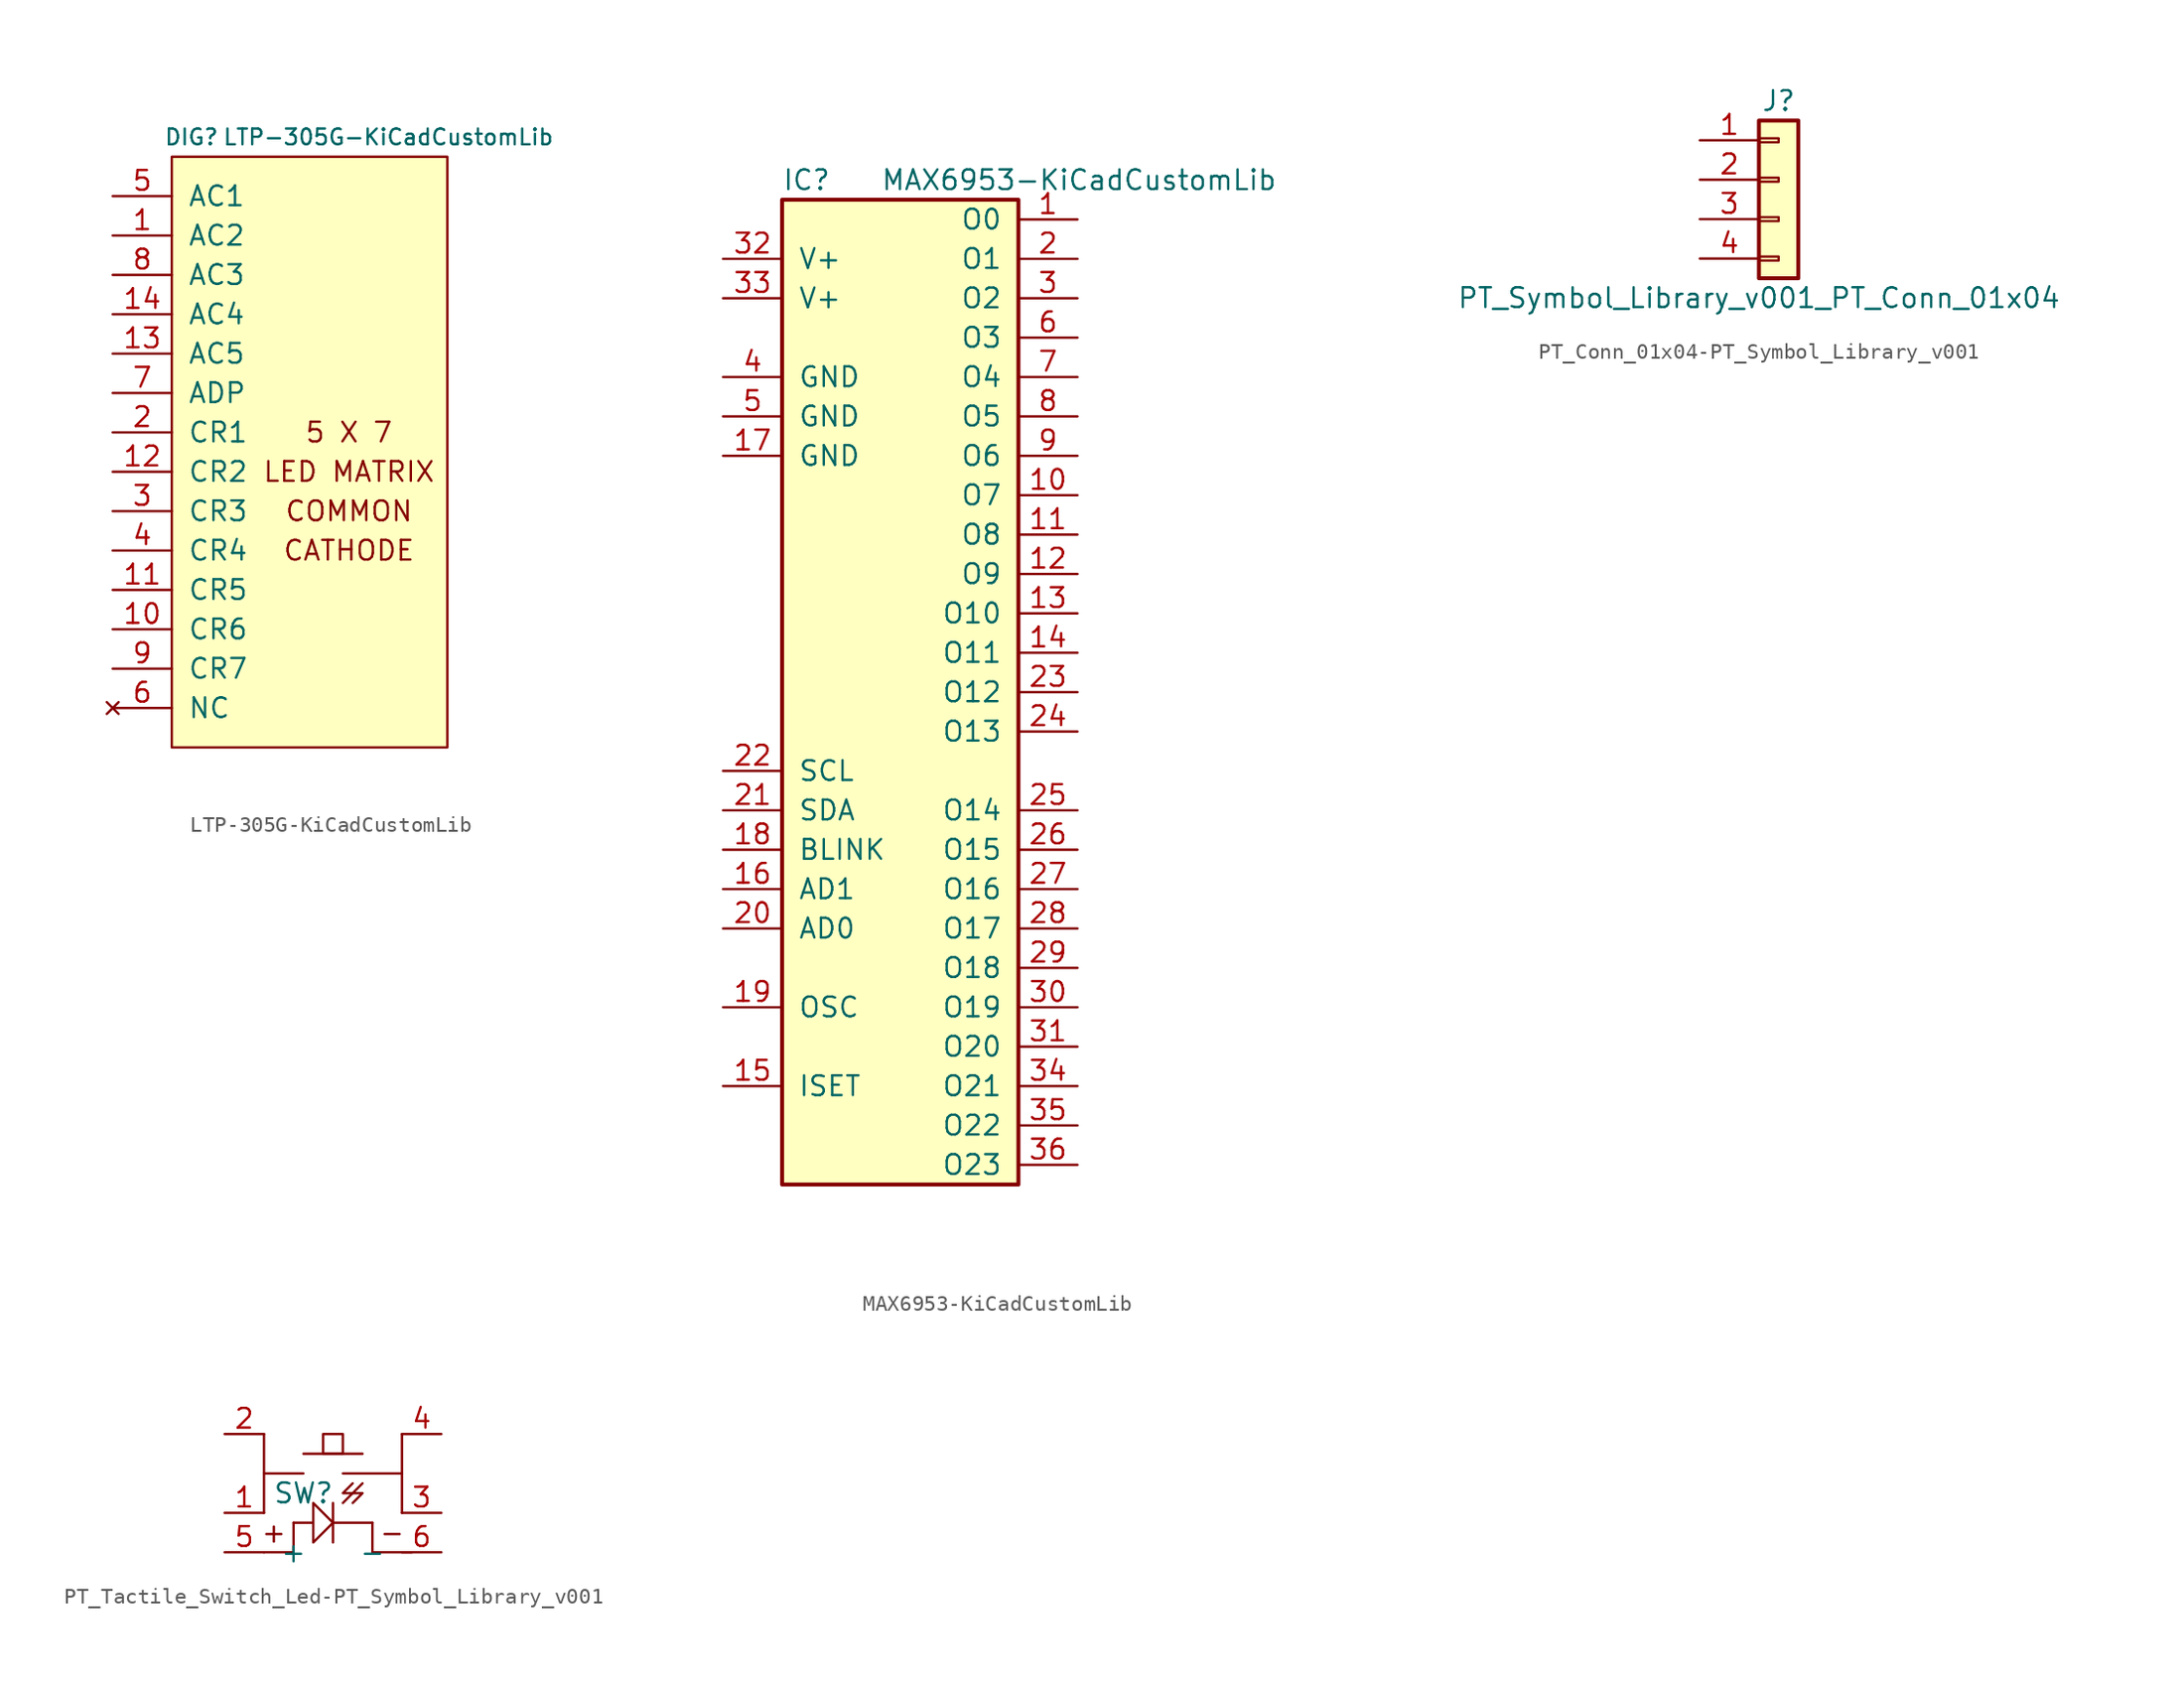
<source format=kicad_sym>
(kicad_symbol_lib
  (version 20231120)
  (generator "kicad_symbol_editor")
  (generator_version "8.0")
  (symbol "LTP-305G-KiCadCustomLib"
    (pin_names
      (offset 1.016))
    (property "Reference" "DIG"
      (at -7.62 22.86 0)
      (effects (font (size 1.016 1.016))))
    (property "Value" "LTP-305G-KiCadCustomLib"
      (at 5.08 22.86 0)
      (effects (font (size 1.016 1.016))))
    (symbol "LTP-305G-KiCadCustomLib_0_0"
      (rectangle (start -8.89 -16.51) (end 8.89 21.59) (stroke (width 0) (type solid)) (fill (type background)))
      (text "5 X 7" (at 2.54 3.81 0) (effects (font (size 1.27 1.27))))
      (text "CATHODE" (at 2.54 -3.81 0) (effects (font (size 1.27 1.27))))
      (text "COMMON" (at 2.54 -1.27 0) (effects (font (size 1.27 1.27))))
      (text "LED MATRIX" (at 2.54 1.27 0) (effects (font (size 1.27 1.27)))))
    (symbol "LTP-305G-KiCadCustomLib_0_1"
      (pin input line (at -12.7 16.51 0) (length 3.81) (name "AC2" (effects (font (size 1.27 1.27)))) (number "1" (effects (font (size 1.27 1.27)))))
      (pin input line (at -12.7 -8.89 0) (length 3.81) (name "CR6" (effects (font (size 1.27 1.27)))) (number "10" (effects (font (size 1.27 1.27)))))
      (pin input line (at -12.7 -6.35 0) (length 3.81) (name "CR5" (effects (font (size 1.27 1.27)))) (number "11" (effects (font (size 1.27 1.27)))))
      (pin input line (at -12.7 1.27 0) (length 3.81) (name "CR2" (effects (font (size 1.27 1.27)))) (number "12" (effects (font (size 1.27 1.27)))))
      (pin input line (at -12.7 8.89 0) (length 3.81) (name "AC5" (effects (font (size 1.27 1.27)))) (number "13" (effects (font (size 1.27 1.27)))))
      (pin input line (at -12.7 11.43 0) (length 3.81) (name "AC4" (effects (font (size 1.27 1.27)))) (number "14" (effects (font (size 1.27 1.27)))))
      (pin input line (at -12.7 3.81 0) (length 3.81) (name "CR1" (effects (font (size 1.27 1.27)))) (number "2" (effects (font (size 1.27 1.27)))))
      (pin input line (at -12.7 -1.27 0) (length 3.81) (name "CR3" (effects (font (size 1.27 1.27)))) (number "3" (effects (font (size 1.27 1.27)))))
      (pin input line (at -12.7 -3.81 0) (length 3.81) (name "CR4" (effects (font (size 1.27 1.27)))) (number "4" (effects (font (size 1.27 1.27)))))
      (pin input line (at -12.7 19.05 0) (length 3.81) (name "AC1" (effects (font (size 1.27 1.27)))) (number "5" (effects (font (size 1.27 1.27)))))
      (pin no_connect line (at -12.7 -13.97 0) (length 3.81) (name "NC" (effects (font (size 1.27 1.27)))) (number "6" (effects (font (size 1.27 1.27)))))
      (pin input line (at -12.7 6.35 0) (length 3.81) (name "ADP" (effects (font (size 1.27 1.27)))) (number "7" (effects (font (size 1.27 1.27)))))
      (pin input line (at -12.7 13.97 0) (length 3.81) (name "AC3" (effects (font (size 1.27 1.27)))) (number "8" (effects (font (size 1.27 1.27)))))
      (pin input line (at -12.7 -11.43 0) (length 3.81) (name "CR7" (effects (font (size 1.27 1.27)))) (number "9" (effects (font (size 1.27 1.27)))))))
  (symbol "MAX6953-KiCadCustomLib"
    (pin_names
      (offset 1.016))
    (property "Reference" "IC"
      (at -7.62 30.48 0)
      (effects (font (size 1.27 1.27)) (justify left)))
    (property "Value" "MAX6953-KiCadCustomLib"
      (at -1.27 30.48 0)
      (effects (font (size 1.27 1.27)) (justify left)))
    (symbol "MAX6953-KiCadCustomLib_0_1"
      (rectangle (start -7.62 29.21) (end 7.62 -34.29) (stroke (width 0.254) (type solid)) (fill (type background)))
      (pin output line (at 11.43 27.94 180) (length 3.81) (name "O0" (effects (font (size 1.27 1.27)))) (number "1" (effects (font (size 1.27 1.27)))))
      (pin output line (at 11.43 10.16 180) (length 3.81) (name "O7" (effects (font (size 1.27 1.27)))) (number "10" (effects (font (size 1.27 1.27)))))
      (pin output line (at 11.43 7.62 180) (length 3.81) (name "O8" (effects (font (size 1.27 1.27)))) (number "11" (effects (font (size 1.27 1.27)))))
      (pin output line (at 11.43 5.08 180) (length 3.81) (name "O9" (effects (font (size 1.27 1.27)))) (number "12" (effects (font (size 1.27 1.27)))))
      (pin output line (at 11.43 2.54 180) (length 3.81) (name "O10" (effects (font (size 1.27 1.27)))) (number "13" (effects (font (size 1.27 1.27)))))
      (pin output line (at 11.43 0 180) (length 3.81) (name "O11" (effects (font (size 1.27 1.27)))) (number "14" (effects (font (size 1.27 1.27)))))
      (pin passive line (at -11.43 -27.94 0) (length 3.81) (name "ISET" (effects (font (size 1.27 1.27)))) (number "15" (effects (font (size 1.27 1.27)))))
      (pin input line (at -11.43 -15.24 0) (length 3.81) (name "AD1" (effects (font (size 1.27 1.27)))) (number "16" (effects (font (size 1.27 1.27)))))
      (pin power_in line (at -11.43 12.7 0) (length 3.81) (name "GND" (effects (font (size 1.27 1.27)))) (number "17" (effects (font (size 1.27 1.27)))))
      (pin input line (at -11.43 -12.7 0) (length 3.81) (name "BLINK" (effects (font (size 1.27 1.27)))) (number "18" (effects (font (size 1.27 1.27)))))
      (pin input line (at -11.43 -22.86 0) (length 3.81) (name "OSC" (effects (font (size 1.27 1.27)))) (number "19" (effects (font (size 1.27 1.27)))))
      (pin output line (at 11.43 25.4 180) (length 3.81) (name "O1" (effects (font (size 1.27 1.27)))) (number "2" (effects (font (size 1.27 1.27)))))
      (pin input line (at -11.43 -17.78 0) (length 3.81) (name "AD0" (effects (font (size 1.27 1.27)))) (number "20" (effects (font (size 1.27 1.27)))))
      (pin bidirectional line (at -11.43 -10.16 0) (length 3.81) (name "SDA" (effects (font (size 1.27 1.27)))) (number "21" (effects (font (size 1.27 1.27)))))
      (pin input line (at -11.43 -7.62 0) (length 3.81) (name "SCL" (effects (font (size 1.27 1.27)))) (number "22" (effects (font (size 1.27 1.27)))))
      (pin output line (at 11.43 -2.54 180) (length 3.81) (name "O12" (effects (font (size 1.27 1.27)))) (number "23" (effects (font (size 1.27 1.27)))))
      (pin output line (at 11.43 -5.08 180) (length 3.81) (name "O13" (effects (font (size 1.27 1.27)))) (number "24" (effects (font (size 1.27 1.27)))))
      (pin output line (at 11.43 -10.16 180) (length 3.81) (name "O14" (effects (font (size 1.27 1.27)))) (number "25" (effects (font (size 1.27 1.27)))))
      (pin output line (at 11.43 -12.7 180) (length 3.81) (name "O15" (effects (font (size 1.27 1.27)))) (number "26" (effects (font (size 1.27 1.27)))))
      (pin output line (at 11.43 -15.24 180) (length 3.81) (name "O16" (effects (font (size 1.27 1.27)))) (number "27" (effects (font (size 1.27 1.27)))))
      (pin output line (at 11.43 -17.78 180) (length 3.81) (name "O17" (effects (font (size 1.27 1.27)))) (number "28" (effects (font (size 1.27 1.27)))))
      (pin output line (at 11.43 -20.32 180) (length 3.81) (name "O18" (effects (font (size 1.27 1.27)))) (number "29" (effects (font (size 1.27 1.27)))))
      (pin output line (at 11.43 22.86 180) (length 3.81) (name "O2" (effects (font (size 1.27 1.27)))) (number "3" (effects (font (size 1.27 1.27)))))
      (pin output line (at 11.43 -22.86 180) (length 3.81) (name "O19" (effects (font (size 1.27 1.27)))) (number "30" (effects (font (size 1.27 1.27)))))
      (pin output line (at 11.43 -25.4 180) (length 3.81) (name "O20" (effects (font (size 1.27 1.27)))) (number "31" (effects (font (size 1.27 1.27)))))
      (pin power_in line (at -11.43 25.4 0) (length 3.81) (name "V+" (effects (font (size 1.27 1.27)))) (number "32" (effects (font (size 1.27 1.27)))))
      (pin power_in line (at -11.43 22.86 0) (length 3.81) (name "V+" (effects (font (size 1.27 1.27)))) (number "33" (effects (font (size 1.27 1.27)))))
      (pin output line (at 11.43 -27.94 180) (length 3.81) (name "O21" (effects (font (size 1.27 1.27)))) (number "34" (effects (font (size 1.27 1.27)))))
      (pin output line (at 11.43 -30.48 180) (length 3.81) (name "O22" (effects (font (size 1.27 1.27)))) (number "35" (effects (font (size 1.27 1.27)))))
      (pin output line (at 11.43 -33.02 180) (length 3.81) (name "O23" (effects (font (size 1.27 1.27)))) (number "36" (effects (font (size 1.27 1.27)))))
      (pin power_in line (at -11.43 17.78 0) (length 3.81) (name "GND" (effects (font (size 1.27 1.27)))) (number "4" (effects (font (size 1.27 1.27)))))
      (pin power_in line (at -11.43 15.24 0) (length 3.81) (name "GND" (effects (font (size 1.27 1.27)))) (number "5" (effects (font (size 1.27 1.27)))))
      (pin output line (at 11.43 20.32 180) (length 3.81) (name "O3" (effects (font (size 1.27 1.27)))) (number "6" (effects (font (size 1.27 1.27)))))
      (pin output line (at 11.43 17.78 180) (length 3.81) (name "O4" (effects (font (size 1.27 1.27)))) (number "7" (effects (font (size 1.27 1.27)))))
      (pin output line (at 11.43 15.24 180) (length 3.81) (name "O5" (effects (font (size 1.27 1.27)))) (number "8" (effects (font (size 1.27 1.27)))))
      (pin output line (at 11.43 12.7 180) (length 3.81) (name "O6" (effects (font (size 1.27 1.27)))) (number "9" (effects (font (size 1.27 1.27)))))))
  (symbol "PT_Conn_01x04-PT_Symbol_Library_v001"
    (pin_names
      (offset 1.016) hide)
    (property "Reference" "J"
      (at 0 7.62 0)
      (effects (font (size 1.27 1.27))))
    (property "Value" "PT_Symbol_Library_v001_PT_Conn_01x04"
      (at -1.27 -5.08 0)
      (effects (font (size 1.27 1.27))))
    (symbol "PT_Conn_01x04-PT_Symbol_Library_v001_1_1"
      (rectangle (start -1.27 -2.413) (end 0 -2.667) (stroke (width 0.152) (type solid)) (fill (type none)))
      (rectangle (start -1.27 0.127) (end 0 -0.127) (stroke (width 0.152) (type solid)) (fill (type none)))
      (rectangle (start -1.27 2.667) (end 0 2.413) (stroke (width 0.152) (type solid)) (fill (type none)))
      (rectangle (start -1.27 5.207) (end 0 4.953) (stroke (width 0.152) (type solid)) (fill (type none)))
      (rectangle (start -1.27 6.35) (end 1.27 -3.81) (stroke (width 0.254) (type solid)) (fill (type background)))
      (pin passive line (at -5.08 5.08 0) (length 3.81) (name "Pin_1" (effects (font (size 1.27 1.27)))) (number "1" (effects (font (size 1.27 1.27)))))
      (pin passive line (at -5.08 2.54 0) (length 3.81) (name "Pin_2" (effects (font (size 1.27 1.27)))) (number "2" (effects (font (size 1.27 1.27)))))
      (pin passive line (at -5.08 0 0) (length 3.81) (name "Pin_3" (effects (font (size 1.27 1.27)))) (number "3" (effects (font (size 1.27 1.27)))))
      (pin passive line (at -5.08 -2.54 0) (length 3.81) (name "Pin_4" (effects (font (size 1.27 1.27)))) (number "4" (effects (font (size 1.27 1.27)))))))
  (symbol "PT_Tactile_Switch_Led-PT_Symbol_Library_v001"
    (pin_names
      (offset 1.016))
    (property "Reference" "SW"
      (at -3.81 3.81 0)
      (effects (font (size 1.27 1.27))))
    (symbol "PT_Tactile_Switch_Led-PT_Symbol_Library_v001_0_0"
      (polyline (pts (xy -4.445 0) (xy -6.35 0)) (stroke (width 0) (type solid)) (fill (type none)))
      (polyline (pts (xy 0.635 0) (xy 2.54 0) (xy 3.175 0)) (stroke (width 0) (type solid)) (fill (type none)))
      (text "+" (at -5.715 1.27 0) (effects (font (size 1.27 1.27))))
      (text "-" (at 1.905 1.27 0) (effects (font (size 1.27 1.27)))))
    (symbol "PT_Tactile_Switch_Led-PT_Symbol_Library_v001_0_1"
      (polyline (pts (xy -6.35 5.08) (xy -3.81 5.08)) (stroke (width 0) (type solid)) (fill (type none)))
      (polyline (pts (xy -4.445 1.905) (xy -4.445 0)) (stroke (width 0) (type solid)) (fill (type none)))
      (polyline (pts (xy -3.81 6.35) (xy 0 6.35)) (stroke (width 0) (type solid)) (fill (type none)))
      (polyline (pts (xy -1.27 5.08) (xy 2.54 5.08)) (stroke (width 0) (type solid)) (fill (type none)))
      (polyline (pts (xy 0.635 1.905) (xy 0.635 0)) (stroke (width 0) (type solid)) (fill (type none)))
      (polyline (pts (xy 2.54 7.62) (xy 2.54 2.54)) (stroke (width 0) (type solid)) (fill (type none)))
      (polyline (pts (xy -6.35 7.62) (xy -6.35 5.08) (xy -6.35 2.54)) (stroke (width 0) (type solid)) (fill (type none)))
      (polyline (pts (xy -2.54 6.35) (xy -2.54 7.62) (xy -1.27 7.62) (xy -1.27 6.35) (xy -2.54 6.35)) (stroke (width 0) (type solid)) (fill (type none)))
      (polyline (pts (xy -0.635 4.445) (xy -1.27 3.81) (xy -0.635 3.81) (xy -1.27 3.175) (xy -0.635 3.81)) (stroke (width 0) (type solid)) (fill (type none)))
      (polyline (pts (xy 0 4.445) (xy -0.635 3.81) (xy 0 3.81) (xy -0.635 3.175) (xy 0 3.81)) (stroke (width 0) (type solid)) (fill (type none)))
      (polyline (pts (xy 0.635 1.905) (xy -0.635 1.905) (xy -1.905 1.905) (xy -1.905 3.175) (xy -1.905 0.635)) (stroke (width 0) (type solid)) (fill (type none)))
      (polyline (pts (xy -4.445 1.905) (xy -3.175 1.905) (xy -3.175 3.175) (xy -3.175 0.635) (xy -1.905 1.905) (xy -3.175 3.175)) (stroke (width 0) (type solid)) (fill (type none))))
    (symbol "PT_Tactile_Switch_Led-PT_Symbol_Library_v001_1_1"
      (pin input line (at -8.89 2.54 0) (length 2.54) (name "~" (effects (font (size 1.27 1.27)))) (number "1" (effects (font (size 1.27 1.27)))))
      (pin input line (at -8.89 7.62 0) (length 2.54) (name "~" (effects (font (size 1.27 1.27)))) (number "2" (effects (font (size 1.27 1.27)))))
      (pin input line (at 5.08 2.54 180) (length 2.54) (name "~" (effects (font (size 1.27 1.27)))) (number "3" (effects (font (size 1.27 1.27)))))
      (pin input line (at 5.08 7.62 180) (length 2.54) (name "~" (effects (font (size 1.27 1.27)))) (number "4" (effects (font (size 1.27 1.27)))))
      (pin input line (at -8.89 0 0) (length 2.54) (name "+" (effects (font (size 1.27 1.27)))) (number "5" (effects (font (size 1.27 1.27)))))
      (pin input line (at 5.08 0 180) (length 2.54) (name "-" (effects (font (size 1.27 1.27)))) (number "6" (effects (font (size 1.27 1.27))))))))
</source>
